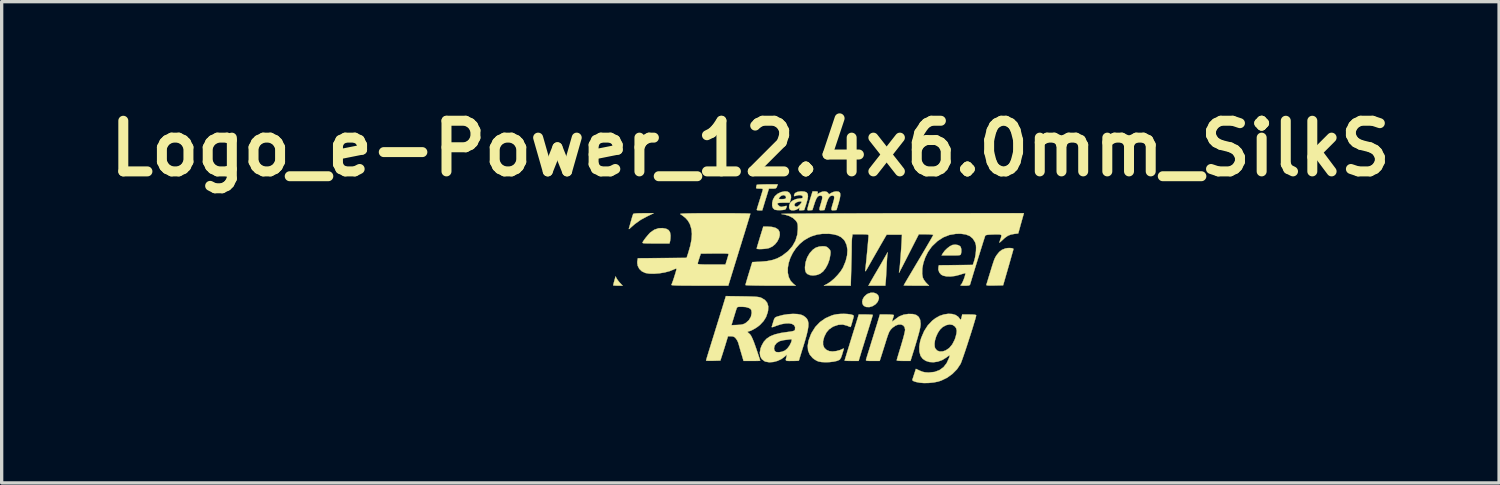
<source format=kicad_pcb>
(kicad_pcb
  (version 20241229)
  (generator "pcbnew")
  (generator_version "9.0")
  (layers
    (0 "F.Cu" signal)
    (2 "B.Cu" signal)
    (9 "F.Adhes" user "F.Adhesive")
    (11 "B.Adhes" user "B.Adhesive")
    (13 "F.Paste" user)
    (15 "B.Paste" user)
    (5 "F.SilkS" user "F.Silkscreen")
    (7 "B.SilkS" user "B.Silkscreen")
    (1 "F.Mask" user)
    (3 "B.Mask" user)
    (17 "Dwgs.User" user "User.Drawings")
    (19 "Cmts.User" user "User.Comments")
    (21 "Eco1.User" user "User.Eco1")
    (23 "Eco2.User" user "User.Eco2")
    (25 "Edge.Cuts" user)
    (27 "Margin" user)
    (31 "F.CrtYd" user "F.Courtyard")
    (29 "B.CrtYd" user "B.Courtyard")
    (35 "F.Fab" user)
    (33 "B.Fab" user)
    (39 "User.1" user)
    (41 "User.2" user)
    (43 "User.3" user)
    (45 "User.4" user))
  (footprint "Logo_e-Power_12.4x6.0mm_SilkS"
    (layer "F.Cu")
    (at 21.561 5.482)
    (property "Reference" "Logo_e-Power_12.4x6.0mm_SilkS" (at -2.032 -4.064 0) (layer "F.SilkS") (effects (font (size 1.524 1.524) (thickness 0.3))))
    (attr exclude_from_pos_files exclude_from_bom)
    (fp_poly (pts (xy -6.058 -0.155) (xy -6.025 -0.104) (xy -5.976 -0.043) (xy -5.952 -0.016) (xy -5.876 0.064) (xy -6.018 0.064) (xy -6.089 0.062) (xy -6.14 0.058) (xy -6.159 0.053) (xy -6.16 0.053) (xy -6.154 0.028) (xy -6.141 -0.025) (xy -6.124 -0.087) (xy -6.088 -0.215) (xy -6.058 -0.155)) (stroke (width 0.01) (type solid)) (fill yes) (layer "F.SilkS"))
    (fp_poly (pts (xy 1.753 0.301) (xy 1.808 0.347) (xy 1.835 0.412) (xy 1.834 0.459) (xy 1.8 0.548) (xy 1.734 0.624) (xy 1.647 0.679) (xy 1.549 0.709) (xy 1.451 0.705) (xy 1.45 0.704) (xy 1.382 0.671) (xy 1.344 0.616) (xy 1.333 0.546) (xy 1.35 0.471) (xy 1.393 0.397) (xy 1.461 0.333) (xy 1.504 0.306) (xy 1.593 0.276) (xy 1.679 0.276) (xy 1.753 0.301)) (stroke (width 0.01) (type solid)) (fill yes) (layer "F.SilkS"))
    (fp_poly (pts (xy 4.21 -1.159) (xy 4.272 -1.129) (xy 4.297 -1.101) (xy 4.315 -1.035) (xy 4.315 -0.95) (xy 4.305 -0.894) (xy 4.298 -0.875) (xy 4.285 -0.862) (xy 4.259 -0.854) (xy 4.212 -0.849) (xy 4.139 -0.847) (xy 4.031 -0.847) (xy 4.007 -0.847) (xy 3.723 -0.847) (xy 3.761 -0.912) (xy 3.817 -0.988) (xy 3.892 -1.061) (xy 3.972 -1.122) (xy 4.044 -1.159) (xy 4.051 -1.161) (xy 4.132 -1.17) (xy 4.21 -1.159)) (stroke (width 0.01) (type solid)) (fill yes) (layer "F.SilkS"))
    (fp_poly (pts (xy -5.243 -2.116) (xy -4.942 -2.116) (xy -5.133 -2.024) (xy -5.332 -1.917) (xy -5.505 -1.794) (xy -5.617 -1.696) (xy -5.663 -1.654) (xy -5.685 -1.639) (xy -5.689 -1.649) (xy -5.682 -1.672) (xy -5.669 -1.717) (xy -5.649 -1.789) (xy -5.625 -1.875) (xy -5.618 -1.899) (xy -5.595 -1.981) (xy -5.574 -2.048) (xy -5.559 -2.089) (xy -5.557 -2.095) (xy -5.53 -2.104) (xy -5.467 -2.111) (xy -5.371 -2.115) (xy -5.248 -2.116) (xy -5.243 -2.116)) (stroke (width 0.01) (type solid)) (fill yes) (layer "F.SilkS"))
    (fp_poly (pts (xy 2.087 -0.836) (xy 2.082 -0.773) (xy 2.076 -0.681) (xy 2.07 -0.571) (xy 2.064 -0.456) (xy 2.064 -0.455) (xy 2.058 -0.338) (xy 2.052 -0.224) (xy 2.046 -0.126) (xy 2.04 -0.058) (xy 2.028 0.064) (xy 1.521 0.064) (xy 1.589 -0.058) (xy 1.633 -0.135) (xy 1.688 -0.231) (xy 1.745 -0.327) (xy 1.758 -0.349) (xy 1.813 -0.443) (xy 1.879 -0.556) (xy 1.945 -0.671) (xy 1.978 -0.73) (xy 2.099 -0.942) (xy 2.087 -0.836)) (stroke (width 0.01) (type solid)) (fill yes) (layer "F.SilkS"))
    (fp_poly (pts (xy -4.567 -1.649) (xy -4.493 -1.609) (xy -4.45 -1.543) (xy -4.435 -1.449) (xy -4.435 -1.434) (xy -4.438 -1.357) (xy -4.446 -1.289) (xy -4.451 -1.265) (xy -4.467 -1.206) (xy -4.88 -1.206) (xy -5.022 -1.207) (xy -5.126 -1.208) (xy -5.199 -1.21) (xy -5.245 -1.213) (xy -5.269 -1.22) (xy -5.277 -1.228) (xy -5.275 -1.241) (xy -5.272 -1.247) (xy -5.235 -1.305) (xy -5.18 -1.379) (xy -5.118 -1.454) (xy -5.063 -1.516) (xy -5.041 -1.537) (xy -4.922 -1.62) (xy -4.795 -1.663) (xy -4.676 -1.668) (xy -4.567 -1.649)) (stroke (width 0.01) (type solid)) (fill yes) (layer "F.SilkS"))
    (fp_poly (pts (xy -1.525 -1.714) (xy -1.383 -1.704) (xy -1.275 -1.676) (xy -1.201 -1.629) (xy -1.188 -1.616) (xy -1.152 -1.545) (xy -1.148 -1.458) (xy -1.172 -1.364) (xy -1.219 -1.27) (xy -1.286 -1.185) (xy -1.369 -1.116) (xy -1.464 -1.07) (xy -1.469 -1.068) (xy -1.533 -1.054) (xy -1.61 -1.044) (xy -1.691 -1.038) (xy -1.763 -1.037) (xy -1.817 -1.041) (xy -1.841 -1.051) (xy -1.842 -1.053) (xy -1.836 -1.078) (xy -1.82 -1.136) (xy -1.795 -1.219) (xy -1.764 -1.322) (xy -1.743 -1.392) (xy -1.643 -1.714) (xy -1.525 -1.714)) (stroke (width 0.01) (type solid)) (fill yes) (layer "F.SilkS"))
    (fp_poly (pts (xy 0.212 -1.119) (xy 0.261 -1.105) (xy 0.303 -1.076) (xy 0.322 -1.057) (xy 0.359 -1.017) (xy 0.376 -0.981) (xy 0.38 -0.932) (xy 0.375 -0.872) (xy 0.349 -0.727) (xy 0.3 -0.589) (xy 0.234 -0.465) (xy 0.156 -0.364) (xy 0.069 -0.297) (xy 0.064 -0.294) (xy -0.04 -0.256) (xy -0.15 -0.243) (xy -0.245 -0.255) (xy -0.32 -0.289) (xy -0.365 -0.341) (xy -0.386 -0.42) (xy -0.389 -0.494) (xy -0.369 -0.645) (xy -0.32 -0.789) (xy -0.245 -0.917) (xy -0.15 -1.02) (xy -0.062 -1.08) (xy 0.041 -1.113) (xy 0.138 -1.122) (xy 0.212 -1.119)) (stroke (width 0.01) (type solid)) (fill yes) (layer "F.SilkS"))
    (fp_poly (pts (xy 5.836 -1.064) (xy 5.876 -1.051) (xy 5.884 -1.04) (xy 5.879 -1.017) (xy 5.863 -0.959) (xy 5.838 -0.871) (xy 5.806 -0.758) (xy 5.769 -0.627) (xy 5.729 -0.487) (xy 5.573 0.053) (xy 5.316 0.059) (xy 5.205 0.061) (xy 5.13 0.059) (xy 5.086 0.054) (xy 5.069 0.045) (xy 5.068 0.038) (xy 5.078 0.008) (xy 5.097 -0.053) (xy 5.123 -0.139) (xy 5.154 -0.241) (xy 5.165 -0.275) (xy 5.211 -0.426) (xy 5.247 -0.543) (xy 5.276 -0.631) (xy 5.298 -0.696) (xy 5.317 -0.745) (xy 5.335 -0.782) (xy 5.353 -0.815) (xy 5.375 -0.848) (xy 5.379 -0.855) (xy 5.456 -0.951) (xy 5.539 -1.015) (xy 5.643 -1.056) (xy 5.647 -1.057) (xy 5.709 -1.067) (xy 5.776 -1.069) (xy 5.836 -1.064)) (stroke (width 0.01) (type solid)) (fill yes) (layer "F.SilkS"))
    (fp_poly (pts (xy 1.529 0.933) (xy 1.599 0.936) (xy 1.642 0.941) (xy 1.651 0.945) (xy 1.645 0.97) (xy 1.627 1.03) (xy 1.6 1.12) (xy 1.565 1.234) (xy 1.523 1.369) (xy 1.476 1.518) (xy 1.426 1.677) (xy 1.418 1.704) (xy 1.384 1.813) (xy 1.344 1.941) (xy 1.305 2.066) (xy 1.292 2.111) (xy 1.226 2.328) (xy 1.015 2.328) (xy 0.926 2.327) (xy 0.856 2.325) (xy 0.813 2.321) (xy 0.804 2.318) (xy 0.81 2.296) (xy 0.827 2.239) (xy 0.854 2.151) (xy 0.888 2.038) (xy 0.929 1.906) (xy 0.974 1.759) (xy 0.986 1.72) (xy 1.034 1.564) (xy 1.08 1.417) (xy 1.121 1.284) (xy 1.156 1.172) (xy 1.182 1.088) (xy 1.197 1.036) (xy 1.199 1.032) (xy 1.229 0.931) (xy 1.44 0.931) (xy 1.529 0.933)) (stroke (width 0.01) (type solid)) (fill yes) (layer "F.SilkS"))
    (fp_poly (pts (xy -1.231 -2.921) (xy -1.247 -2.884) (xy -1.271 -2.865) (xy -1.315 -2.858) (xy -1.363 -2.857) (xy -1.474 -2.857) (xy -1.508 -2.746) (xy -1.529 -2.677) (xy -1.558 -2.583) (xy -1.591 -2.478) (xy -1.609 -2.418) (xy -1.675 -2.201) (xy -1.761 -2.201) (xy -1.815 -2.204) (xy -1.837 -2.216) (xy -1.836 -2.238) (xy -1.826 -2.272) (xy -1.806 -2.337) (xy -1.779 -2.424) (xy -1.748 -2.524) (xy -1.746 -2.529) (xy -1.715 -2.63) (xy -1.688 -2.718) (xy -1.668 -2.784) (xy -1.657 -2.82) (xy -1.657 -2.82) (xy -1.656 -2.842) (xy -1.676 -2.853) (xy -1.726 -2.857) (xy -1.757 -2.857) (xy -1.821 -2.859) (xy -1.852 -2.866) (xy -1.859 -2.883) (xy -1.855 -2.905) (xy -1.845 -2.949) (xy -1.842 -2.969) (xy -1.822 -2.974) (xy -1.767 -2.979) (xy -1.684 -2.982) (xy -1.581 -2.984) (xy -1.525 -2.985) (xy -1.209 -2.985) (xy -1.231 -2.921)) (stroke (width 0.01) (type solid)) (fill yes) (layer "F.SilkS"))
    (fp_poly (pts (xy -0.398 -2.765) (xy -0.339 -2.74) (xy -0.307 -2.693) (xy -0.299 -2.621) (xy -0.316 -2.521) (xy -0.355 -2.387) (xy -0.356 -2.381) (xy -0.413 -2.212) (xy -0.494 -2.205) (xy -0.546 -2.203) (xy -0.565 -2.212) (xy -0.562 -2.239) (xy -0.56 -2.246) (xy -0.545 -2.293) (xy -0.604 -2.247) (xy -0.665 -2.216) (xy -0.736 -2.202) (xy -0.803 -2.207) (xy -0.842 -2.227) (xy -0.866 -2.277) (xy -0.864 -2.345) (xy -0.853 -2.375) (xy -0.709 -2.375) (xy -0.699 -2.34) (xy -0.659 -2.311) (xy -0.613 -2.318) (xy -0.555 -2.363) (xy -0.549 -2.369) (xy -0.501 -2.424) (xy -0.489 -2.459) (xy -0.513 -2.473) (xy -0.565 -2.469) (xy -0.636 -2.448) (xy -0.687 -2.414) (xy -0.709 -2.375) (xy -0.853 -2.375) (xy -0.839 -2.415) (xy -0.815 -2.451) (xy -0.75 -2.502) (xy -0.658 -2.541) (xy -0.554 -2.56) (xy -0.521 -2.561) (xy -0.469 -2.572) (xy -0.451 -2.601) (xy -0.468 -2.638) (xy -0.51 -2.659) (xy -0.576 -2.661) (xy -0.654 -2.645) (xy -0.684 -2.634) (xy -0.713 -2.63) (xy -0.718 -2.655) (xy -0.716 -2.669) (xy -0.688 -2.721) (xy -0.623 -2.756) (xy -0.522 -2.772) (xy -0.485 -2.773) (xy -0.398 -2.765)) (stroke (width 0.01) (type solid)) (fill yes) (layer "F.SilkS"))
    (fp_poly (pts (xy -0.919 -2.767) (xy -0.876 -2.746) (xy -0.848 -2.717) (xy -0.812 -2.651) (xy -0.808 -2.578) (xy -0.828 -2.501) (xy -0.851 -2.434) (xy -1.027 -2.434) (xy -1.11 -2.432) (xy -1.175 -2.426) (xy -1.212 -2.417) (xy -1.217 -2.414) (xy -1.213 -2.385) (xy -1.184 -2.35) (xy -1.144 -2.319) (xy -1.106 -2.307) (xy -1.06 -2.313) (xy -1.001 -2.327) (xy -0.999 -2.327) (xy -0.953 -2.338) (xy -0.937 -2.332) (xy -0.943 -2.303) (xy -0.943 -2.301) (xy -0.962 -2.255) (xy -0.976 -2.234) (xy -1.01 -2.22) (xy -1.071 -2.212) (xy -1.146 -2.208) (xy -1.222 -2.21) (xy -1.282 -2.218) (xy -1.306 -2.226) (xy -1.353 -2.271) (xy -1.376 -2.342) (xy -1.375 -2.429) (xy -1.352 -2.522) (xy -1.332 -2.56) (xy -1.176 -2.56) (xy -1.172 -2.546) (xy -1.14 -2.541) (xy -1.081 -2.54) (xy -1.009 -2.544) (xy -0.97 -2.559) (xy -0.96 -2.573) (xy -0.963 -2.613) (xy -0.981 -2.641) (xy -1.028 -2.662) (xy -1.085 -2.651) (xy -1.14 -2.612) (xy -1.159 -2.588) (xy -1.176 -2.56) (xy -1.332 -2.56) (xy -1.305 -2.611) (xy -1.289 -2.633) (xy -1.211 -2.702) (xy -1.109 -2.751) (xy -1 -2.773) (xy -0.987 -2.773) (xy -0.919 -2.767)) (stroke (width 0.01) (type solid)) (fill yes) (layer "F.SilkS"))
    (fp_poly (pts (xy 0.883 0.916) (xy 0.971 0.927) (xy 1.038 0.943) (xy 1.075 0.965) (xy 1.079 0.977) (xy 1.074 1.004) (xy 1.06 1.059) (xy 1.04 1.128) (xy 1.02 1.2) (xy 1.001 1.261) (xy 0.988 1.3) (xy 0.985 1.307) (xy 0.965 1.303) (xy 0.918 1.285) (xy 0.878 1.268) (xy 0.751 1.234) (xy 0.616 1.241) (xy 0.476 1.288) (xy 0.442 1.305) (xy 0.336 1.378) (xy 0.257 1.47) (xy 0.195 1.593) (xy 0.189 1.608) (xy 0.155 1.736) (xy 0.156 1.846) (xy 0.192 1.934) (xy 0.262 1.999) (xy 0.345 2.034) (xy 0.441 2.044) (xy 0.554 2.032) (xy 0.668 2.001) (xy 0.728 1.974) (xy 0.769 1.956) (xy 0.781 1.959) (xy 0.778 1.973) (xy 0.767 2.008) (xy 0.748 2.069) (xy 0.729 2.135) (xy 0.698 2.224) (xy 0.663 2.282) (xy 0.648 2.296) (xy 0.574 2.327) (xy 0.472 2.35) (xy 0.351 2.364) (xy 0.226 2.368) (xy 0.108 2.362) (xy 0.017 2.345) (xy -0.043 2.319) (xy -0.114 2.275) (xy -0.158 2.24) (xy -0.246 2.137) (xy -0.296 2.016) (xy -0.307 1.876) (xy -0.281 1.718) (xy -0.216 1.542) (xy -0.187 1.48) (xy -0.077 1.305) (xy 0.064 1.158) (xy 0.232 1.041) (xy 0.422 0.959) (xy 0.48 0.942) (xy 0.572 0.924) (xy 0.675 0.914) (xy 0.782 0.912) (xy 0.883 0.916)) (stroke (width 0.01) (type solid)) (fill yes) (layer "F.SilkS"))
    (fp_poly (pts (xy -0.025 -2.77) (xy -0.004 -2.758) (xy -0.006 -2.73) (xy -0.006 -2.73) (xy -0.018 -2.687) (xy 0.052 -2.73) (xy 0.13 -2.764) (xy 0.208 -2.772) (xy 0.272 -2.756) (xy 0.303 -2.729) (xy 0.334 -2.686) (xy 0.405 -2.729) (xy 0.475 -2.759) (xy 0.551 -2.772) (xy 0.617 -2.766) (xy 0.652 -2.747) (xy 0.671 -2.71) (xy 0.673 -2.648) (xy 0.659 -2.558) (xy 0.627 -2.436) (xy 0.617 -2.402) (xy 0.559 -2.212) (xy 0.48 -2.205) (xy 0.439 -2.203) (xy 0.415 -2.21) (xy 0.406 -2.233) (xy 0.412 -2.277) (xy 0.432 -2.351) (xy 0.454 -2.421) (xy 0.482 -2.52) (xy 0.492 -2.587) (xy 0.486 -2.626) (xy 0.461 -2.643) (xy 0.436 -2.646) (xy 0.387 -2.638) (xy 0.348 -2.609) (xy 0.312 -2.554) (xy 0.277 -2.466) (xy 0.256 -2.402) (xy 0.197 -2.212) (xy 0.12 -2.205) (xy 0.079 -2.203) (xy 0.055 -2.21) (xy 0.046 -2.233) (xy 0.052 -2.278) (xy 0.073 -2.352) (xy 0.094 -2.421) (xy 0.122 -2.52) (xy 0.133 -2.587) (xy 0.126 -2.626) (xy 0.101 -2.643) (xy 0.076 -2.646) (xy 0.028 -2.638) (xy -0.011 -2.61) (xy -0.046 -2.556) (xy -0.082 -2.47) (xy -0.105 -2.402) (xy -0.166 -2.212) (xy -0.244 -2.205) (xy -0.295 -2.203) (xy -0.315 -2.214) (xy -0.314 -2.247) (xy -0.312 -2.258) (xy -0.301 -2.302) (xy -0.281 -2.376) (xy -0.254 -2.468) (xy -0.231 -2.545) (xy -0.16 -2.773) (xy -0.078 -2.773) (xy -0.025 -2.77)) (stroke (width 0.01) (type solid)) (fill yes) (layer "F.SilkS"))
    (fp_poly (pts (xy 2.858 0.918) (xy 2.961 0.947) (xy 3.033 1.004) (xy 3.076 1.09) (xy 3.09 1.206) (xy 3.09 1.211) (xy 3.087 1.263) (xy 3.077 1.329) (xy 3.059 1.414) (xy 3.031 1.521) (xy 2.993 1.655) (xy 2.944 1.82) (xy 2.883 2.02) (xy 2.867 2.069) (xy 2.786 2.328) (xy 2.578 2.328) (xy 2.49 2.327) (xy 2.421 2.323) (xy 2.379 2.316) (xy 2.371 2.312) (xy 2.377 2.287) (xy 2.393 2.229) (xy 2.419 2.143) (xy 2.451 2.035) (xy 2.489 1.912) (xy 2.498 1.883) (xy 2.536 1.753) (xy 2.571 1.632) (xy 2.598 1.527) (xy 2.616 1.446) (xy 2.624 1.397) (xy 2.625 1.393) (xy 2.609 1.313) (xy 2.566 1.259) (xy 2.502 1.232) (xy 2.424 1.234) (xy 2.338 1.264) (xy 2.251 1.325) (xy 2.235 1.34) (xy 2.199 1.377) (xy 2.17 1.414) (xy 2.144 1.459) (xy 2.119 1.52) (xy 2.089 1.604) (xy 2.052 1.719) (xy 2.044 1.746) (xy 2.006 1.868) (xy 1.968 1.988) (xy 1.935 2.093) (xy 1.909 2.174) (xy 1.902 2.196) (xy 1.859 2.328) (xy 1.648 2.328) (xy 1.552 2.328) (xy 1.491 2.325) (xy 1.458 2.319) (xy 1.446 2.307) (xy 1.448 2.291) (xy 1.457 2.262) (xy 1.476 2.198) (xy 1.505 2.104) (xy 1.542 1.987) (xy 1.584 1.85) (xy 1.63 1.7) (xy 1.642 1.662) (xy 1.69 1.507) (xy 1.734 1.363) (xy 1.774 1.235) (xy 1.806 1.129) (xy 1.83 1.05) (xy 1.844 1.005) (xy 1.845 1) (xy 1.865 0.931) (xy 2.075 0.931) (xy 2.164 0.933) (xy 2.234 0.938) (xy 2.277 0.945) (xy 2.286 0.95) (xy 2.279 0.98) (xy 2.263 1.033) (xy 2.255 1.056) (xy 2.239 1.108) (xy 2.234 1.139) (xy 2.237 1.143) (xy 2.258 1.13) (xy 2.299 1.098) (xy 2.321 1.08) (xy 2.446 0.99) (xy 2.58 0.937) (xy 2.722 0.915) (xy 2.858 0.918)) (stroke (width 0.01) (type solid)) (fill yes) (layer "F.SilkS"))
    (fp_poly (pts (xy -0.618 0.918) (xy -0.507 0.939) (xy -0.444 0.965) (xy -0.38 1.009) (xy -0.332 1.059) (xy -0.301 1.119) (xy -0.286 1.194) (xy -0.288 1.288) (xy -0.306 1.405) (xy -0.34 1.55) (xy -0.39 1.727) (xy -0.43 1.858) (xy -0.471 1.988) (xy -0.507 2.105) (xy -0.537 2.202) (xy -0.559 2.273) (xy -0.57 2.312) (xy -0.572 2.318) (xy -0.591 2.323) (xy -0.644 2.326) (xy -0.721 2.328) (xy -0.775 2.328) (xy -0.87 2.329) (xy -0.929 2.326) (xy -0.959 2.315) (xy -0.966 2.29) (xy -0.956 2.244) (xy -0.939 2.18) (xy -0.931 2.149) (xy -0.938 2.144) (xy -0.964 2.166) (xy -0.992 2.192) (xy -1.093 2.269) (xy -1.213 2.326) (xy -1.339 2.36) (xy -1.462 2.369) (xy -1.571 2.351) (xy -1.609 2.335) (xy -1.689 2.272) (xy -1.735 2.186) (xy -1.748 2.079) (xy -1.725 1.954) (xy -1.723 1.947) (xy -1.32 1.947) (xy -1.309 2.011) (xy -1.273 2.053) (xy -1.255 2.061) (xy -1.175 2.067) (xy -1.081 2.052) (xy -0.995 2.017) (xy -0.985 2.011) (xy -0.916 1.951) (xy -0.853 1.866) (xy -0.806 1.771) (xy -0.793 1.73) (xy -0.786 1.692) (xy -0.797 1.677) (xy -0.836 1.678) (xy -0.86 1.681) (xy -0.936 1.691) (xy -1.02 1.702) (xy -1.038 1.704) (xy -1.151 1.733) (xy -1.241 1.788) (xy -1.299 1.864) (xy -1.303 1.873) (xy -1.32 1.947) (xy -1.723 1.947) (xy -1.692 1.866) (xy -1.628 1.752) (xy -1.544 1.66) (xy -1.435 1.587) (xy -1.296 1.531) (xy -1.125 1.489) (xy -0.975 1.466) (xy -0.863 1.451) (xy -0.785 1.439) (xy -0.736 1.427) (xy -0.708 1.414) (xy -0.694 1.398) (xy -0.689 1.384) (xy -0.686 1.308) (xy -0.718 1.252) (xy -0.78 1.214) (xy -0.869 1.197) (xy -0.98 1.201) (xy -1.109 1.225) (xy -1.254 1.272) (xy -1.275 1.281) (xy -1.343 1.306) (xy -1.383 1.314) (xy -1.391 1.306) (xy -1.38 1.274) (xy -1.362 1.214) (xy -1.343 1.15) (xy -1.32 1.079) (xy -1.299 1.037) (xy -1.269 1.012) (xy -1.219 0.992) (xy -1.201 0.987) (xy -1.053 0.947) (xy -0.9 0.923) (xy -0.752 0.913) (xy -0.618 0.918)) (stroke (width 0.01) (type solid)) (fill yes) (layer "F.SilkS"))
    (fp_poly (pts (xy -2.897 -2.115) (xy -2.702 -2.115) (xy -2.524 -2.114) (xy -2.367 -2.112) (xy -2.236 -2.111) (xy -2.134 -2.109) (xy -2.065 -2.106) (xy -2.034 -2.104) (xy -2.032 -2.103) (xy -2.038 -2.08) (xy -2.055 -2.021) (xy -2.082 -1.932) (xy -2.117 -1.817) (xy -2.159 -1.68) (xy -2.206 -1.526) (xy -2.246 -1.399) (xy -2.303 -1.213) (xy -2.363 -1.021) (xy -2.421 -0.831) (xy -2.477 -0.651) (xy -2.526 -0.492) (xy -2.566 -0.36) (xy -2.578 -0.323) (xy -2.697 0.064) (xy -3.563 0.064) (xy -3.784 0.063) (xy -3.965 0.062) (xy -4.111 0.061) (xy -4.224 0.059) (xy -4.307 0.056) (xy -4.363 0.052) (xy -4.396 0.047) (xy -4.409 0.041) (xy -4.408 0.037) (xy -4.394 0.007) (xy -4.372 -0.053) (xy -4.344 -0.132) (xy -4.316 -0.22) (xy -4.289 -0.306) (xy -4.268 -0.379) (xy -4.256 -0.429) (xy -4.255 -0.442) (xy -4.271 -0.45) (xy -4.319 -0.433) (xy -4.341 -0.422) (xy -4.464 -0.373) (xy -4.612 -0.334) (xy -4.772 -0.308) (xy -4.93 -0.296) (xy -5.076 -0.299) (xy -5.19 -0.318) (xy -5.296 -0.367) (xy -5.375 -0.443) (xy -5.423 -0.538) (xy -5.43 -0.598) (xy -3.618 -0.598) (xy -3.609 -0.588) (xy -3.577 -0.581) (xy -3.518 -0.576) (xy -3.429 -0.573) (xy -3.304 -0.572) (xy -3.2 -0.572) (xy -2.781 -0.572) (xy -2.735 -0.72) (xy -2.712 -0.796) (xy -2.695 -0.856) (xy -2.688 -0.889) (xy -2.688 -0.89) (xy -2.709 -0.898) (xy -2.77 -0.903) (xy -2.868 -0.906) (xy -3.001 -0.906) (xy -3.106 -0.905) (xy -3.524 -0.9) (xy -3.57 -0.762) (xy -3.593 -0.689) (xy -3.611 -0.63) (xy -3.618 -0.598) (xy -5.43 -0.598) (xy -5.436 -0.646) (xy -5.431 -0.686) (xy -5.417 -0.761) (xy -3.951 -0.773) (xy -3.902 -0.921) (xy -3.839 -1.139) (xy -3.802 -1.329) (xy -3.791 -1.494) (xy -3.806 -1.641) (xy -3.846 -1.773) (xy -3.865 -1.814) (xy -3.917 -1.9) (xy -3.984 -1.974) (xy -4.075 -2.046) (xy -4.14 -2.089) (xy -4.141 -2.095) (xy -4.122 -2.1) (xy -4.079 -2.104) (xy -4.011 -2.107) (xy -3.914 -2.11) (xy -3.787 -2.112) (xy -3.626 -2.114) (xy -3.429 -2.115) (xy -3.193 -2.115) (xy -3.106 -2.115) (xy -2.897 -2.115)) (stroke (width 0.01) (type solid)) (fill yes) (layer "F.SilkS"))
    (fp_poly (pts (xy 4.039 0.916) (xy 4.142 0.946) (xy 4.221 0.999) (xy 4.252 1.038) (xy 4.28 1.078) (xy 4.3 1.084) (xy 4.315 1.052) (xy 4.328 1) (xy 4.343 0.931) (xy 4.553 0.931) (xy 4.656 0.933) (xy 4.722 0.938) (xy 4.756 0.948) (xy 4.763 0.958) (xy 4.756 0.992) (xy 4.738 1.061) (xy 4.709 1.158) (xy 4.673 1.278) (xy 4.631 1.415) (xy 4.584 1.562) (xy 4.535 1.714) (xy 4.486 1.866) (xy 4.438 2.011) (xy 4.393 2.143) (xy 4.353 2.257) (xy 4.321 2.347) (xy 4.297 2.407) (xy 4.289 2.423) (xy 4.185 2.579) (xy 4.048 2.718) (xy 3.888 2.834) (xy 3.712 2.919) (xy 3.616 2.95) (xy 3.485 2.976) (xy 3.337 2.991) (xy 3.193 2.994) (xy 3.069 2.984) (xy 3.069 2.984) (xy 2.96 2.963) (xy 2.884 2.939) (xy 2.845 2.913) (xy 2.842 2.894) (xy 2.853 2.862) (xy 2.873 2.802) (xy 2.897 2.726) (xy 2.9 2.717) (xy 2.949 2.567) (xy 3.067 2.622) (xy 3.147 2.654) (xy 3.223 2.671) (xy 3.317 2.677) (xy 3.344 2.677) (xy 3.513 2.659) (xy 3.658 2.605) (xy 3.779 2.517) (xy 3.875 2.395) (xy 3.946 2.239) (xy 3.959 2.198) (xy 3.966 2.169) (xy 3.961 2.16) (xy 3.938 2.172) (xy 3.889 2.207) (xy 3.866 2.225) (xy 3.743 2.301) (xy 3.612 2.348) (xy 3.482 2.368) (xy 3.358 2.361) (xy 3.247 2.326) (xy 3.156 2.266) (xy 3.092 2.18) (xy 3.088 2.172) (xy 3.054 2.048) (xy 3.051 1.901) (xy 3.064 1.82) (xy 3.508 1.82) (xy 3.517 1.914) (xy 3.533 1.954) (xy 3.587 2.016) (xy 3.665 2.045) (xy 3.759 2.041) (xy 3.843 2.013) (xy 3.951 1.941) (xy 4.042 1.833) (xy 4.115 1.692) (xy 4.138 1.626) (xy 4.169 1.509) (xy 4.178 1.42) (xy 4.163 1.351) (xy 4.126 1.294) (xy 4.125 1.293) (xy 4.052 1.244) (xy 3.963 1.23) (xy 3.863 1.251) (xy 3.759 1.306) (xy 3.751 1.312) (xy 3.675 1.385) (xy 3.61 1.482) (xy 3.558 1.594) (xy 3.523 1.71) (xy 3.508 1.82) (xy 3.064 1.82) (xy 3.078 1.738) (xy 3.109 1.636) (xy 3.197 1.431) (xy 3.307 1.259) (xy 3.443 1.116) (xy 3.544 1.039) (xy 3.665 0.972) (xy 3.793 0.93) (xy 3.92 0.911) (xy 4.039 0.916)) (stroke (width 0.01) (type solid)) (fill yes) (layer "F.SilkS"))
    (fp_poly (pts (xy -2.279 0.385) (xy -2.116 0.388) (xy -1.989 0.392) (xy -1.893 0.396) (xy -1.822 0.402) (xy -1.768 0.41) (xy -1.727 0.421) (xy -1.699 0.432) (xy -1.594 0.495) (xy -1.526 0.579) (xy -1.494 0.685) (xy -1.499 0.811) (xy -1.513 0.873) (xy -1.561 1.009) (xy -1.633 1.126) (xy -1.738 1.239) (xy -1.744 1.245) (xy -1.811 1.299) (xy -1.891 1.352) (xy -1.973 1.397) (xy -2.044 1.428) (xy -2.09 1.439) (xy -2.115 1.449) (xy -2.105 1.473) (xy -2.075 1.498) (xy -2.042 1.528) (xy -2.007 1.579) (xy -1.969 1.657) (xy -1.925 1.764) (xy -1.874 1.906) (xy -1.838 2.01) (xy -1.803 2.116) (xy -1.773 2.207) (xy -1.75 2.276) (xy -1.737 2.316) (xy -1.736 2.322) (xy -1.755 2.325) (xy -1.809 2.327) (xy -1.889 2.328) (xy -1.986 2.328) (xy -2.237 2.328) (xy -2.307 2.09) (xy -2.337 1.989) (xy -2.364 1.896) (xy -2.385 1.822) (xy -2.396 1.784) (xy -2.423 1.721) (xy -2.464 1.657) (xy -2.469 1.652) (xy -2.513 1.609) (xy -2.563 1.59) (xy -2.614 1.587) (xy -2.706 1.587) (xy -2.772 1.804) (xy -2.806 1.915) (xy -2.842 2.029) (xy -2.874 2.13) (xy -2.887 2.17) (xy -2.935 2.318) (xy -3.15 2.324) (xy -3.24 2.325) (xy -3.311 2.324) (xy -3.355 2.321) (xy -3.365 2.317) (xy -3.359 2.294) (xy -3.343 2.237) (xy -3.317 2.151) (xy -3.284 2.042) (xy -3.245 1.917) (xy -3.226 1.856) (xy -3.178 1.701) (xy -3.127 1.538) (xy -3.078 1.378) (xy -3.039 1.253) (xy -2.602 1.253) (xy -2.426 1.246) (xy -2.332 1.24) (xy -2.265 1.228) (xy -2.212 1.209) (xy -2.163 1.18) (xy -2.075 1.1) (xy -2.016 1) (xy -1.993 0.891) (xy -1.994 0.861) (xy -2.003 0.801) (xy -2.027 0.764) (xy -2.074 0.736) (xy -2.164 0.708) (xy -2.286 0.699) (xy -2.29 0.699) (xy -2.365 0.699) (xy -2.409 0.705) (xy -2.432 0.72) (xy -2.446 0.748) (xy -2.452 0.767) (xy -2.473 0.833) (xy -2.501 0.923) (xy -2.531 1.022) (xy -2.56 1.115) (xy -2.581 1.186) (xy -2.583 1.193) (xy -2.602 1.253) (xy -3.039 1.253) (xy -3.033 1.233) (xy -2.997 1.117) (xy -2.995 1.111) (xy -2.955 0.981) (xy -2.912 0.842) (xy -2.871 0.711) (xy -2.838 0.602) (xy -2.836 0.596) (xy -2.769 0.378) (xy -2.279 0.385)) (stroke (width 0.01) (type solid)) (fill yes) (layer "F.SilkS"))
    (fp_poly (pts (xy 6.17 -2.016) (xy 6.151 -1.95) (xy 6.126 -1.859) (xy 6.097 -1.758) (xy 6.085 -1.712) (xy 6.028 -1.508) (xy 5.912 -1.494) (xy 5.805 -1.474) (xy 5.714 -1.437) (xy 5.626 -1.375) (xy 5.562 -1.316) (xy 5.511 -1.269) (xy 5.475 -1.238) (xy 5.461 -1.231) (xy 5.461 -1.231) (xy 5.467 -1.257) (xy 5.484 -1.308) (xy 5.493 -1.333) (xy 5.514 -1.397) (xy 5.523 -1.439) (xy 5.512 -1.464) (xy 5.477 -1.476) (xy 5.411 -1.479) (xy 5.31 -1.478) (xy 5.289 -1.477) (xy 5.179 -1.473) (xy 5.105 -1.467) (xy 5.06 -1.457) (xy 5.038 -1.443) (xy 5.035 -1.439) (xy 5.026 -1.415) (xy 5.007 -1.355) (xy 4.978 -1.266) (xy 4.943 -1.153) (xy 4.902 -1.023) (xy 4.857 -0.879) (xy 4.81 -0.729) (xy 4.763 -0.577) (xy 4.717 -0.429) (xy 4.675 -0.291) (xy 4.638 -0.168) (xy 4.607 -0.066) (xy 4.585 0.009) (xy 4.58 0.026) (xy 4.567 0.046) (xy 4.537 0.058) (xy 4.481 0.063) (xy 4.42 0.064) (xy 4.343 0.063) (xy 4.302 0.06) (xy 4.291 0.052) (xy 4.302 0.036) (xy 4.313 0.026) (xy 4.335 -0.005) (xy 4.362 -0.062) (xy 4.391 -0.131) (xy 4.416 -0.203) (xy 4.433 -0.264) (xy 4.439 -0.304) (xy 4.437 -0.311) (xy 4.415 -0.309) (xy 4.363 -0.295) (xy 4.29 -0.272) (xy 4.263 -0.263) (xy 4.13 -0.229) (xy 3.997 -0.213) (xy 3.875 -0.215) (xy 3.773 -0.236) (xy 3.711 -0.267) (xy 3.653 -0.334) (xy 3.624 -0.418) (xy 3.628 -0.496) (xy 3.641 -0.55) (xy 4.152 -0.555) (xy 4.662 -0.561) (xy 4.704 -0.688) (xy 4.727 -0.775) (xy 4.746 -0.881) (xy 4.757 -0.984) (xy 4.757 -0.986) (xy 4.76 -1.083) (xy 4.756 -1.153) (xy 4.741 -1.213) (xy 4.725 -1.253) (xy 4.66 -1.356) (xy 4.569 -1.431) (xy 4.449 -1.478) (xy 4.298 -1.499) (xy 4.158 -1.497) (xy 3.961 -1.464) (xy 3.774 -1.391) (xy 3.601 -1.279) (xy 3.443 -1.13) (xy 3.413 -1.094) (xy 3.311 -0.949) (xy 3.231 -0.788) (xy 3.173 -0.619) (xy 3.141 -0.452) (xy 3.137 -0.295) (xy 3.155 -0.184) (xy 3.184 -0.121) (xy 3.232 -0.053) (xy 3.261 -0.02) (xy 3.344 0.064) (xy 2.963 0.064) (xy 2.842 0.063) (xy 2.736 0.062) (xy 2.653 0.06) (xy 2.6 0.058) (xy 2.582 0.055) (xy 2.593 0.036) (xy 2.623 -0.016) (xy 2.67 -0.097) (xy 2.732 -0.202) (xy 2.807 -0.328) (xy 2.892 -0.471) (xy 2.985 -0.628) (xy 3.027 -0.698) (xy 3.123 -0.859) (xy 3.212 -1.01) (xy 3.291 -1.145) (xy 3.359 -1.261) (xy 3.413 -1.354) (xy 3.45 -1.421) (xy 3.469 -1.457) (xy 3.471 -1.462) (xy 3.452 -1.47) (xy 3.398 -1.477) (xy 3.321 -1.481) (xy 3.254 -1.482) (xy 3.036 -1.482) (xy 2.74 -0.902) (xy 2.667 -0.758) (xy 2.6 -0.628) (xy 2.542 -0.515) (xy 2.495 -0.425) (xy 2.461 -0.361) (xy 2.444 -0.328) (xy 2.441 -0.325) (xy 2.442 -0.346) (xy 2.449 -0.395) (xy 2.455 -0.434) (xy 2.462 -0.486) (xy 2.47 -0.571) (xy 2.479 -0.683) (xy 2.489 -0.811) (xy 2.499 -0.949) (xy 2.509 -1.087) (xy 2.517 -1.218) (xy 2.523 -1.333) (xy 2.526 -1.386) (xy 2.529 -1.471) (xy 2.068 -1.471) (xy 1.878 -1.143) (xy 1.804 -1.013) (xy 1.724 -0.874) (xy 1.647 -0.739) (xy 1.579 -0.62) (xy 1.552 -0.572) (xy 1.497 -0.474) (xy 1.46 -0.411) (xy 1.437 -0.377) (xy 1.426 -0.37) (xy 1.424 -0.386) (xy 1.428 -0.423) (xy 1.428 -0.423) (xy 1.435 -0.483) (xy 1.444 -0.572) (xy 1.456 -0.683) (xy 1.468 -0.807) (xy 1.481 -0.939) (xy 1.493 -1.069) (xy 1.504 -1.19) (xy 1.513 -1.295) (xy 1.52 -1.376) (xy 1.524 -1.425) (xy 1.524 -1.434) (xy 1.522 -1.455) (xy 1.512 -1.468) (xy 1.487 -1.476) (xy 1.439 -1.48) (xy 1.361 -1.482) (xy 1.283 -1.482) (xy 1.043 -1.482) (xy 1.03 -1.402) (xy 1.024 -1.346) (xy 1.019 -1.262) (xy 1.017 -1.163) (xy 1.016 -1.109) (xy 1.016 -1.023) (xy 1.014 -0.904) (xy 1.011 -0.763) (xy 1.007 -0.61) (xy 1.003 -0.454) (xy 1.002 -0.416) (xy 0.988 0.064) (xy 0.584 0.063) (xy 0.18 0.062) (xy 0.286 0.007) (xy 0.384 -0.058) (xy 0.491 -0.149) (xy 0.595 -0.257) (xy 0.686 -0.369) (xy 0.753 -0.476) (xy 0.759 -0.488) (xy 0.836 -0.674) (xy 0.879 -0.85) (xy 0.889 -1.012) (xy 0.866 -1.157) (xy 0.809 -1.281) (xy 0.781 -1.319) (xy 0.695 -1.398) (xy 0.584 -1.453) (xy 0.444 -1.486) (xy 0.328 -1.498) (xy 0.141 -1.497) (xy -0.025 -1.474) (xy -0.183 -1.425) (xy -0.272 -1.386) (xy -0.419 -1.3) (xy -0.55 -1.19) (xy -0.663 -1.062) (xy -0.757 -0.921) (xy -0.83 -0.772) (xy -0.88 -0.62) (xy -0.906 -0.469) (xy -0.906 -0.326) (xy -0.878 -0.195) (xy -0.821 -0.081) (xy -0.738 0.007) (xy -0.667 0.063) (xy -1.423 0.063) (xy -1.599 0.063) (xy -1.76 0.061) (xy -1.902 0.059) (xy -2.019 0.056) (xy -2.108 0.053) (xy -2.163 0.049) (xy -2.18 0.045) (xy -2.174 0.019) (xy -2.158 -0.039) (xy -2.133 -0.124) (xy -2.102 -0.228) (xy -2.077 -0.31) (xy -1.974 -0.646) (xy -1.722 -0.658) (xy -1.531 -0.675) (xy -1.37 -0.707) (xy -1.229 -0.755) (xy -1.096 -0.825) (xy -1.067 -0.843) (xy -0.898 -0.974) (xy -0.767 -1.124) (xy -0.674 -1.29) (xy -0.619 -1.473) (xy -0.604 -1.642) (xy -0.605 -1.73) (xy -0.611 -1.79) (xy -0.625 -1.833) (xy -0.651 -1.875) (xy -0.664 -1.893) (xy -0.751 -1.974) (xy -0.871 -2.037) (xy -1.02 -2.08) (xy -1.103 -2.093) (xy -1.101 -2.095) (xy -1.058 -2.097) (xy -0.975 -2.099) (xy -0.855 -2.101) (xy -0.699 -2.103) (xy -0.508 -2.105) (xy -0.283 -2.106) (xy -0.028 -2.108) (xy 0.258 -2.109) (xy 0.572 -2.11) (xy 0.913 -2.111) (xy 1.28 -2.112) (xy 1.67 -2.113) (xy 2.083 -2.114) (xy 2.469 -2.114) (xy 6.198 -2.117) (xy 6.17 -2.016)) (stroke (width 0.01) (type solid)) (fill yes) (layer "F.SilkS")))
  (gr_rect
    (start -3 -3)
    (end 42.058 11.481)
    (stroke (width 0.1) (type default))
    (fill no)
    (layer "Edge.Cuts")))
</source>
